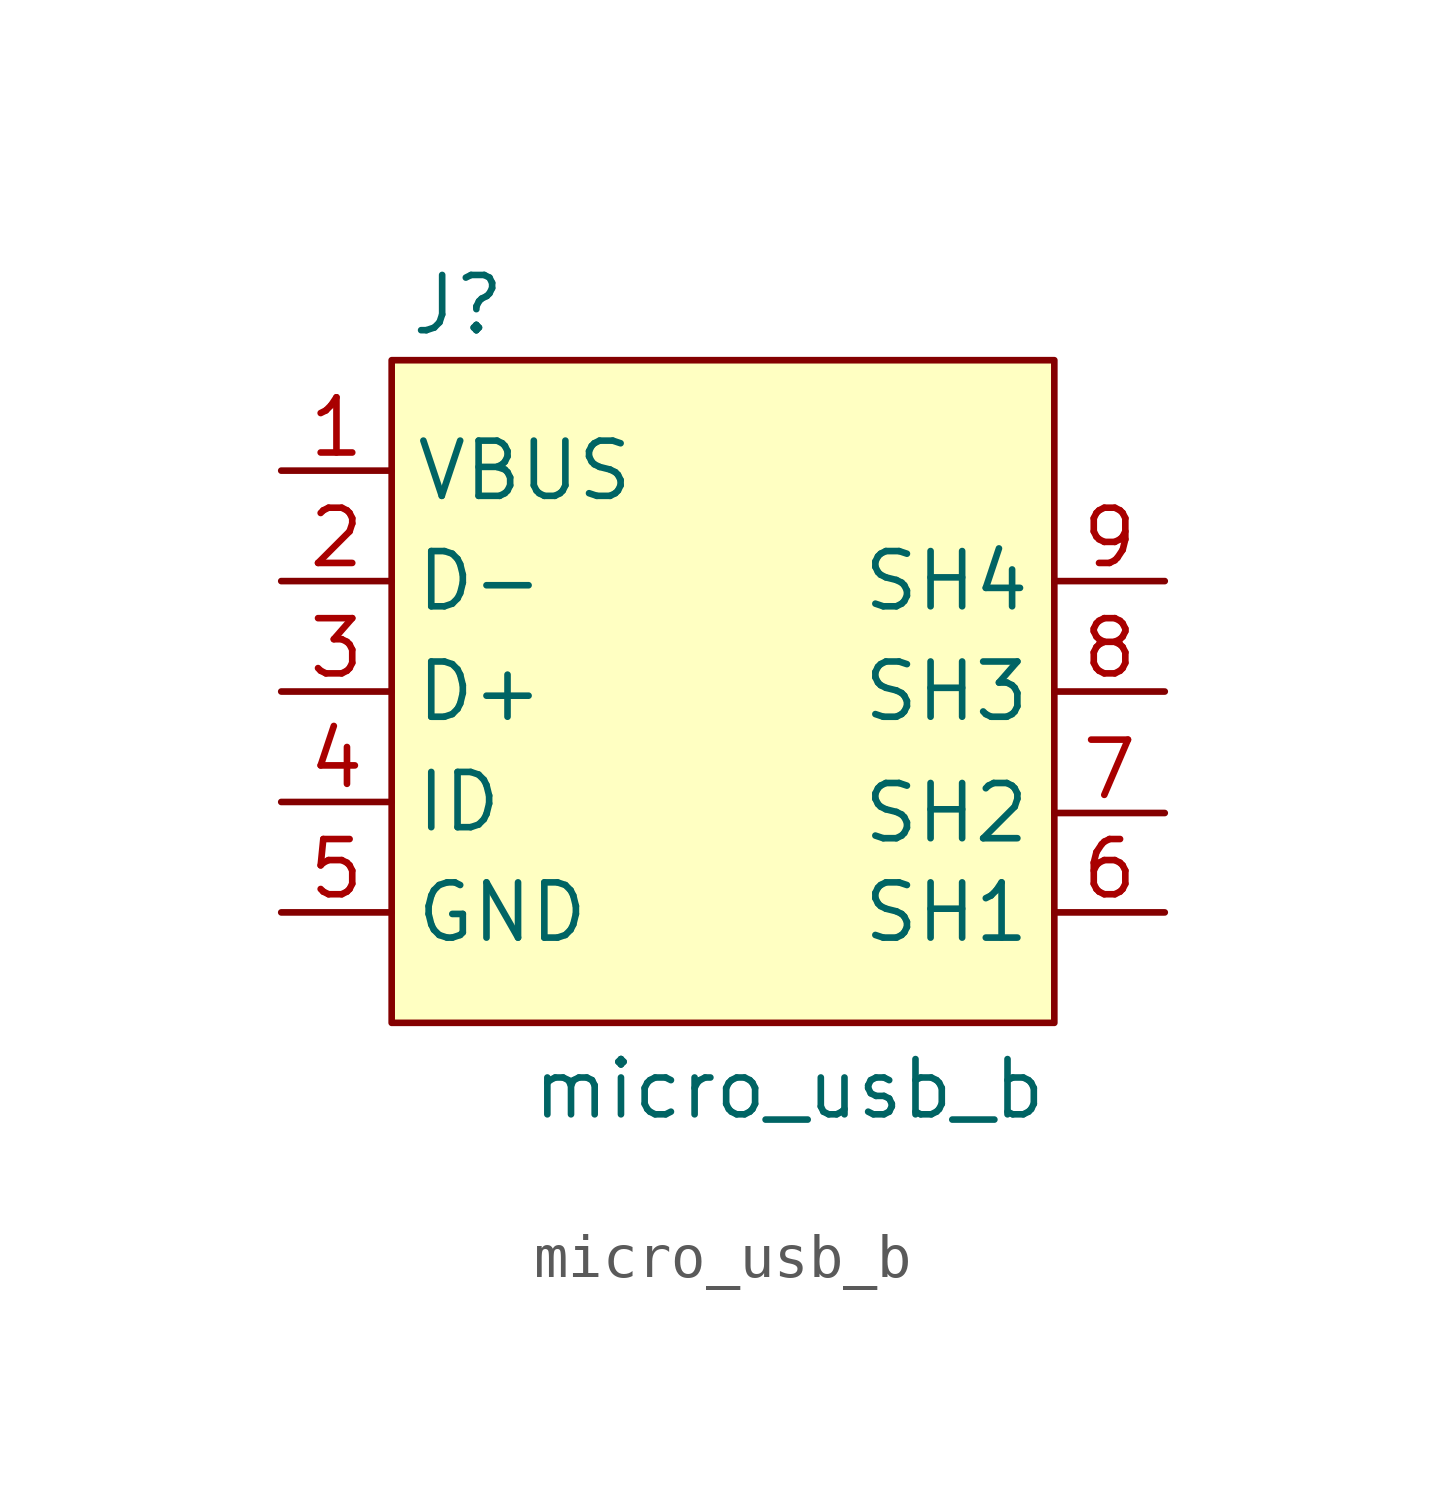
<source format=kicad_sym>
(kicad_symbol_lib
  (version 20211014)
  (generator kicad_symbol_editor)
  (symbol "micro_usb_b"
    (property "Reference" "J"
      (at -6.096 8.89 0)
      (effects (font (size 1.27 1.27))))
    (property "Value" "micro_usb_b"
      (at 1.524 -9.144 0)
      (effects (font (size 1.27 1.27))))
    (symbol "micro_usb_b_0_1"
      (rectangle (start -7.62 7.62) (end 7.62 -7.62) (stroke (width 0) (type default) (color 0 0 0 0)) (fill (type background))))
    (symbol "micro_usb_b_1_1"
      (pin bidirectional line (at -10.16 5.08 0) (length 2.54) (name "VBUS" (effects (font (size 1.27 1.27)))) (number "1" (effects (font (size 1.27 1.27)))))
      (pin bidirectional line (at -10.16 2.54 0) (length 2.54) (name "D-" (effects (font (size 1.27 1.27)))) (number "2" (effects (font (size 1.27 1.27)))))
      (pin bidirectional line (at -10.16 0 0) (length 2.54) (name "D+" (effects (font (size 1.27 1.27)))) (number "3" (effects (font (size 1.27 1.27)))))
      (pin bidirectional line (at -10.16 -2.54 0) (length 2.54) (name "ID" (effects (font (size 1.27 1.27)))) (number "4" (effects (font (size 1.27 1.27)))))
      (pin bidirectional line (at -10.16 -5.08 0) (length 2.54) (name "GND" (effects (font (size 1.27 1.27)))) (number "5" (effects (font (size 1.27 1.27)))))
      (pin bidirectional line (at 10.16 -5.08 180) (length 2.54) (name "SH1" (effects (font (size 1.27 1.27)))) (number "6" (effects (font (size 1.27 1.27)))))
      (pin bidirectional line (at 10.16 -2.794 180) (length 2.54) (name "SH2" (effects (font (size 1.27 1.27)))) (number "7" (effects (font (size 1.27 1.27)))))
      (pin bidirectional line (at 10.16 0 180) (length 2.54) (name "SH3" (effects (font (size 1.27 1.27)))) (number "8" (effects (font (size 1.27 1.27)))))
      (pin bidirectional line (at 10.16 2.54 180) (length 2.54) (name "SH4" (effects (font (size 1.27 1.27)))) (number "9" (effects (font (size 1.27 1.27))))))))
</source>
